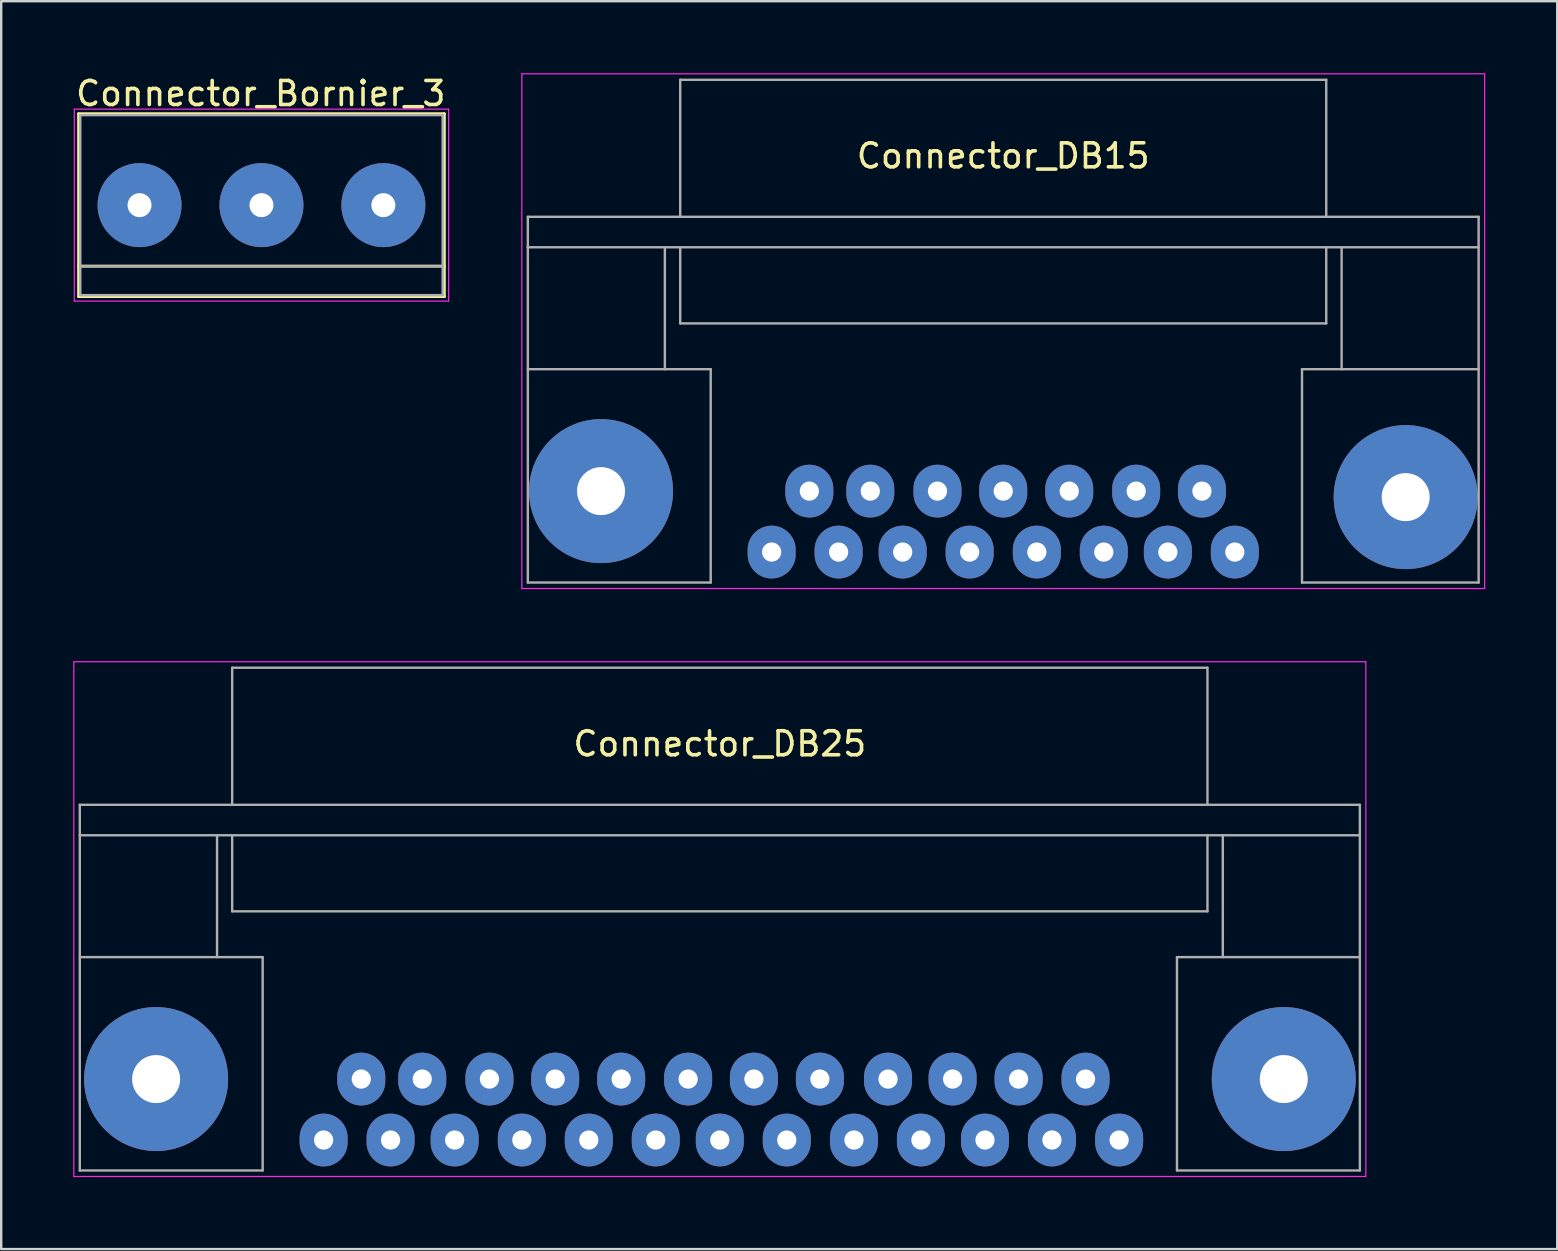
<source format=kicad_pcb>
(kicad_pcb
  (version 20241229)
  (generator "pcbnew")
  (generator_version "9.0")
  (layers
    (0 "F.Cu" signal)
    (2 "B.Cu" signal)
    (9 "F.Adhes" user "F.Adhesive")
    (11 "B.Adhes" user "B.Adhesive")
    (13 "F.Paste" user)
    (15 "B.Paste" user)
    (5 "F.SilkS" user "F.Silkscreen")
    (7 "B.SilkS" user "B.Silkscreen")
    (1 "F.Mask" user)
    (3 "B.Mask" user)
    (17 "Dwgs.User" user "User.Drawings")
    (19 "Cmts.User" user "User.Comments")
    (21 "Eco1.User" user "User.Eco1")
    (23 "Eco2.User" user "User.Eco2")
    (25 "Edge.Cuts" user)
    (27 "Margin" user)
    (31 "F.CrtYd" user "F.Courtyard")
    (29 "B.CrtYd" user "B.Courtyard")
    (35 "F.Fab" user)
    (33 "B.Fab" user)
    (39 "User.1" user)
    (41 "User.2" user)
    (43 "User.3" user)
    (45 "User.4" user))
  (footprint "Connector_DB15"
    (layer "F.Cu")
    (at 29.105 19.955)
    (property "Reference" "Connector_DB15" (at 9.65 -16.51 0) (layer "F.SilkS") (effects (font (size 1 1) (thickness 0.15))))
    (attr through_hole)
    (fp_line (start -10.41 -19.93) (end -10.41 1.52) (stroke (width 0.05) (type solid)) (layer "F.CrtYd"))
    (fp_line (start -10.41 -19.93) (end 29.71 -19.93) (stroke (width 0.05) (type solid)) (layer "F.CrtYd"))
    (fp_line (start 29.71 1.52) (end -10.41 1.52) (stroke (width 0.05) (type solid)) (layer "F.CrtYd"))
    (fp_line (start 29.71 1.52) (end 29.71 -19.93) (stroke (width 0.05) (type solid)) (layer "F.CrtYd"))
    (fp_line (start -10.16 -13.97) (end -10.16 -12.7) (stroke (width 0.1) (type solid)) (layer "F.Fab"))
    (fp_line (start -10.16 -7.62) (end -2.54 -7.62) (stroke (width 0.1) (type solid)) (layer "F.Fab"))
    (fp_line (start -10.16 1.27) (end -10.16 -12.7) (stroke (width 0.1) (type solid)) (layer "F.Fab"))
    (fp_line (start -10.16 1.27) (end -2.54 1.27) (stroke (width 0.1) (type solid)) (layer "F.Fab"))
    (fp_line (start -4.45 -12.7) (end -4.45 -7.62) (stroke (width 0.1) (type solid)) (layer "F.Fab"))
    (fp_line (start -3.81 -19.68) (end -3.81 -13.97) (stroke (width 0.1) (type solid)) (layer "F.Fab"))
    (fp_line (start -3.81 -19.68) (end 23.11 -19.68) (stroke (width 0.1) (type solid)) (layer "F.Fab"))
    (fp_line (start -3.81 -9.53) (end -3.81 -12.7) (stroke (width 0.1) (type solid)) (layer "F.Fab"))
    (fp_line (start -2.54 -7.62) (end -2.54 1.27) (stroke (width 0.1) (type solid)) (layer "F.Fab"))
    (fp_line (start 22.1 -7.62) (end 29.46 -7.62) (stroke (width 0.1) (type solid)) (layer "F.Fab"))
    (fp_line (start 22.1 1.27) (end 22.1 -7.62) (stroke (width 0.1) (type solid)) (layer "F.Fab"))
    (fp_line (start 23.11 -13.97) (end 23.11 -19.68) (stroke (width 0.1) (type solid)) (layer "F.Fab"))
    (fp_line (start 23.11 -9.53) (end -3.81 -9.53) (stroke (width 0.1) (type solid)) (layer "F.Fab"))
    (fp_line (start 23.11 -9.53) (end 23.11 -12.7) (stroke (width 0.1) (type solid)) (layer "F.Fab"))
    (fp_line (start 23.75 -7.62) (end 23.75 -12.7) (stroke (width 0.1) (type solid)) (layer "F.Fab"))
    (fp_line (start 29.46 -13.97) (end -10.16 -13.97) (stroke (width 0.1) (type solid)) (layer "F.Fab"))
    (fp_line (start 29.46 -12.7) (end -10.16 -12.7) (stroke (width 0.1) (type solid)) (layer "F.Fab"))
    (fp_line (start 29.46 1.27) (end 22.1 1.27) (stroke (width 0.1) (type solid)) (layer "F.Fab"))
    (fp_line (start 29.46 1.27) (end 29.46 -13.97) (stroke (width 0.1) (type solid)) (layer "F.Fab"))
    (pad "0" thru_hole oval (at -7.11 -2.54) (size 6 6) (drill 2) (layers "*.Cu" "*.Mask"))
    (pad "0" thru_hole oval (at 26.42 -2.29) (size 6 6) (drill 2) (layers "*.Cu" "*.Mask"))
    (pad "1" thru_hole oval (at 0 0) (size 2 2.2) (drill 0.8) (layers "*.Cu" "*.Mask"))
    (pad "2" thru_hole oval (at 2.79 0) (size 2 2.2) (drill 0.8) (layers "*.Cu" "*.Mask"))
    (pad "3" thru_hole oval (at 5.46 0) (size 2 2.2) (drill 0.8) (layers "*.Cu" "*.Mask"))
    (pad "4" thru_hole oval (at 8.25 0) (size 2 2.2) (drill 0.8) (layers "*.Cu" "*.Mask"))
    (pad "5" thru_hole oval (at 11.05 0) (size 2 2.2) (drill 0.8) (layers "*.Cu" "*.Mask"))
    (pad "6" thru_hole oval (at 13.84 0) (size 2 2.2) (drill 0.8) (layers "*.Cu" "*.Mask"))
    (pad "7" thru_hole oval (at 16.51 0) (size 2 2.2) (drill 0.8) (layers "*.Cu" "*.Mask"))
    (pad "8" thru_hole oval (at 19.3 0) (size 2 2.2) (drill 0.8) (layers "*.Cu" "*.Mask"))
    (pad "9" thru_hole oval (at 1.57 -2.54) (size 2 2.2) (drill 0.8) (layers "*.Cu" "*.Mask"))
    (pad "10" thru_hole oval (at 4.11 -2.54) (size 2 2.2) (drill 0.8) (layers "*.Cu" "*.Mask"))
    (pad "11" thru_hole oval (at 6.91 -2.54) (size 2 2.2) (drill 0.8) (layers "*.Cu" "*.Mask"))
    (pad "12" thru_hole oval (at 9.65 -2.54) (size 2 2.2) (drill 0.8) (layers "*.Cu" "*.Mask"))
    (pad "13" thru_hole oval (at 12.4 -2.54) (size 2 2.2) (drill 0.8) (layers "*.Cu" "*.Mask"))
    (pad "14" thru_hole oval (at 15.19 -2.54) (size 2 2.2) (drill 0.8) (layers "*.Cu" "*.Mask"))
    (pad "15" thru_hole oval (at 17.93 -2.54) (size 2 2.2) (drill 0.8) (layers "*.Cu" "*.Mask")))
  (footprint "Connector_DB25"
    (layer "F.Cu")
    (at 10.435 44.455)
    (property "Reference" "Connector_DB25" (at 16.51 -16.51 0) (layer "F.SilkS") (effects (font (size 1 1) (thickness 0.15))))
    (attr through_hole)
    (fp_line (start -10.41 -19.93) (end -10.41 1.52) (stroke (width 0.05) (type solid)) (layer "F.CrtYd"))
    (fp_line (start -10.41 -19.93) (end 43.43 -19.93) (stroke (width 0.05) (type solid)) (layer "F.CrtYd"))
    (fp_line (start 43.43 1.52) (end -10.41 1.52) (stroke (width 0.05) (type solid)) (layer "F.CrtYd"))
    (fp_line (start 43.43 1.52) (end 43.43 -19.93) (stroke (width 0.05) (type solid)) (layer "F.CrtYd"))
    (fp_line (start -10.16 -13.97) (end -10.16 -12.7) (stroke (width 0.1) (type solid)) (layer "F.Fab"))
    (fp_line (start -10.16 -12.7) (end 43.18 -12.7) (stroke (width 0.1) (type solid)) (layer "F.Fab"))
    (fp_line (start -10.16 -7.62) (end -2.54 -7.62) (stroke (width 0.1) (type solid)) (layer "F.Fab"))
    (fp_line (start -10.16 1.27) (end -10.16 -12.7) (stroke (width 0.1) (type solid)) (layer "F.Fab"))
    (fp_line (start -10.16 1.27) (end -2.54 1.27) (stroke (width 0.1) (type solid)) (layer "F.Fab"))
    (fp_line (start -4.44 -12.7) (end -4.44 -7.62) (stroke (width 0.1) (type solid)) (layer "F.Fab"))
    (fp_line (start -3.81 -19.68) (end -3.81 -13.97) (stroke (width 0.1) (type solid)) (layer "F.Fab"))
    (fp_line (start -3.81 -19.68) (end 36.83 -19.68) (stroke (width 0.1) (type solid)) (layer "F.Fab"))
    (fp_line (start -3.81 -9.53) (end -3.81 -12.7) (stroke (width 0.1) (type solid)) (layer "F.Fab"))
    (fp_line (start -3.81 -9.53) (end 36.83 -9.53) (stroke (width 0.1) (type solid)) (layer "F.Fab"))
    (fp_line (start -2.54 -7.62) (end -2.54 1.27) (stroke (width 0.1) (type solid)) (layer "F.Fab"))
    (fp_line (start 35.56 -7.62) (end 35.56 1.27) (stroke (width 0.1) (type solid)) (layer "F.Fab"))
    (fp_line (start 35.56 1.27) (end 43.18 1.27) (stroke (width 0.1) (type solid)) (layer "F.Fab"))
    (fp_line (start 36.83 -19.68) (end 36.83 -13.97) (stroke (width 0.1) (type solid)) (layer "F.Fab"))
    (fp_line (start 36.83 -9.53) (end 36.83 -12.7) (stroke (width 0.1) (type solid)) (layer "F.Fab"))
    (fp_line (start 37.47 -12.7) (end 37.47 -7.62) (stroke (width 0.1) (type solid)) (layer "F.Fab"))
    (fp_line (start 43.18 -13.97) (end -10.16 -13.97) (stroke (width 0.1) (type solid)) (layer "F.Fab"))
    (fp_line (start 43.18 -12.7) (end 43.18 -13.97) (stroke (width 0.1) (type solid)) (layer "F.Fab"))
    (fp_line (start 43.18 -12.7) (end 43.18 1.27) (stroke (width 0.1) (type solid)) (layer "F.Fab"))
    (fp_line (start 43.18 -7.62) (end 35.56 -7.62) (stroke (width 0.1) (type solid)) (layer "F.Fab"))
    (pad "0" thru_hole oval (at -6.98 -2.54) (size 6 6) (drill 2) (layers "*.Cu" "*.Mask"))
    (pad "0" thru_hole oval (at 40.01 -2.54) (size 6 6) (drill 2) (layers "*.Cu" "*.Mask"))
    (pad "1" thru_hole oval (at 0 0) (size 2 2.2) (drill 0.8) (layers "*.Cu" "*.Mask"))
    (pad "2" thru_hole oval (at 2.79 0) (size 2 2.2) (drill 0.8) (layers "*.Cu" "*.Mask"))
    (pad "3" thru_hole oval (at 5.46 0) (size 2 2.2) (drill 0.8) (layers "*.Cu" "*.Mask"))
    (pad "4" thru_hole oval (at 8.26 0) (size 2 2.2) (drill 0.8) (layers "*.Cu" "*.Mask"))
    (pad "5" thru_hole oval (at 11.05 0) (size 2 2.2) (drill 0.8) (layers "*.Cu" "*.Mask"))
    (pad "6" thru_hole oval (at 13.84 0) (size 2 2.2) (drill 0.8) (layers "*.Cu" "*.Mask"))
    (pad "7" thru_hole oval (at 16.51 0) (size 2 2.2) (drill 0.8) (layers "*.Cu" "*.Mask"))
    (pad "8" thru_hole oval (at 19.3 0) (size 2 2.2) (drill 0.8) (layers "*.Cu" "*.Mask"))
    (pad "9" thru_hole oval (at 22.1 0) (size 2 2.2) (drill 0.8) (layers "*.Cu" "*.Mask"))
    (pad "10" thru_hole oval (at 24.89 0) (size 2 2.2) (drill 0.8) (layers "*.Cu" "*.Mask"))
    (pad "11" thru_hole oval (at 27.56 0) (size 2 2.2) (drill 0.8) (layers "*.Cu" "*.Mask"))
    (pad "12" thru_hole oval (at 30.35 0) (size 2 2.2) (drill 0.8) (layers "*.Cu" "*.Mask"))
    (pad "13" thru_hole oval (at 33.15 0) (size 2 2.2) (drill 0.8) (layers "*.Cu" "*.Mask"))
    (pad "14" thru_hole oval (at 1.57 -2.54) (size 2 2.2) (drill 0.8) (layers "*.Cu" "*.Mask"))
    (pad "15" thru_hole oval (at 4.11 -2.54) (size 2 2.2) (drill 0.8) (layers "*.Cu" "*.Mask"))
    (pad "16" thru_hole oval (at 6.91 -2.54) (size 2 2.2) (drill 0.8) (layers "*.Cu" "*.Mask"))
    (pad "17" thru_hole oval (at 9.65 -2.54) (size 2 2.2) (drill 0.8) (layers "*.Cu" "*.Mask"))
    (pad "18" thru_hole oval (at 12.4 -2.54) (size 2 2.2) (drill 0.8) (layers "*.Cu" "*.Mask"))
    (pad "19" thru_hole oval (at 15.19 -2.54) (size 2 2.2) (drill 0.8) (layers "*.Cu" "*.Mask"))
    (pad "20" thru_hole oval (at 17.93 -2.54) (size 2 2.2) (drill 0.8) (layers "*.Cu" "*.Mask"))
    (pad "21" thru_hole oval (at 20.68 -2.54) (size 2 2.2) (drill 0.8) (layers "*.Cu" "*.Mask"))
    (pad "22" thru_hole oval (at 23.52 -2.54) (size 2 2.2) (drill 0.8) (layers "*.Cu" "*.Mask"))
    (pad "23" thru_hole oval (at 26.21 -2.54) (size 2 2.2) (drill 0.8) (layers "*.Cu" "*.Mask"))
    (pad "24" thru_hole oval (at 28.96 -2.54) (size 2 2.2) (drill 0.8) (layers "*.Cu" "*.Mask"))
    (pad "25" thru_hole oval (at 31.75 -2.54) (size 2 2.2) (drill 0.8) (layers "*.Cu" "*.Mask")))
  (footprint "Connector_Bornier_3"
    (layer "F.Cu")
    (at 2.765 5.498)
    (property "Reference" "Connector_Bornier_3" (at 5.05 -4.65 0) (layer "F.SilkS") (effects (font (size 1 1) (thickness 0.15))))
    (attr through_hole)
    (fp_line (start -2.54 -3.81) (end 12.7 -3.81) (stroke (width 0.12) (type solid)) (layer "F.SilkS"))
    (fp_line (start -2.54 2.54) (end 12.7 2.54) (stroke (width 0.12) (type solid)) (layer "F.SilkS"))
    (fp_line (start -2.54 3.81) (end -2.54 -3.81) (stroke (width 0.12) (type solid)) (layer "F.SilkS"))
    (fp_line (start -2.54 3.81) (end 12.7 3.81) (stroke (width 0.12) (type solid)) (layer "F.SilkS"))
    (fp_line (start 12.7 3.81) (end 12.7 -3.81) (stroke (width 0.12) (type solid)) (layer "F.SilkS"))
    (fp_line (start -2.72 -4) (end -2.72 4) (stroke (width 0.05) (type solid)) (layer "F.CrtYd"))
    (fp_line (start -2.72 -4) (end 12.88 -4) (stroke (width 0.05) (type solid)) (layer "F.CrtYd"))
    (fp_line (start 12.88 4) (end -2.72 4) (stroke (width 0.05) (type solid)) (layer "F.CrtYd"))
    (fp_line (start 12.88 4) (end 12.88 -4) (stroke (width 0.05) (type solid)) (layer "F.CrtYd"))
    (fp_line (start -2.47 -3.75) (end 12.63 -3.75) (stroke (width 0.1) (type solid)) (layer "F.Fab"))
    (fp_line (start -2.47 2.55) (end 12.63 2.55) (stroke (width 0.1) (type solid)) (layer "F.Fab"))
    (fp_line (start -2.47 3.75) (end -2.47 -3.75) (stroke (width 0.1) (type solid)) (layer "F.Fab"))
    (fp_line (start 12.63 -3.75) (end 12.63 3.75) (stroke (width 0.1) (type solid)) (layer "F.Fab"))
    (fp_line (start 12.63 3.75) (end -2.47 3.75) (stroke (width 0.1) (type solid)) (layer "F.Fab"))
    (pad "1" thru_hole circle (at 0 0) (size 3.5 3.5) (drill 1) (layers "*.Cu" "*.Mask"))
    (pad "2" thru_hole circle (at 5.08 0) (size 3.5 3.5) (drill 1) (layers "*.Cu" "*.Mask"))
    (pad "3" thru_hole circle (at 10.16 0) (size 3.5 3.5) (drill 1) (layers "*.Cu" "*.Mask")))
  (gr_rect
    (start -3 -3)
    (end 61.84 49)
    (stroke (width 0.1) (type default))
    (fill no)
    (layer "Edge.Cuts")))
</source>
